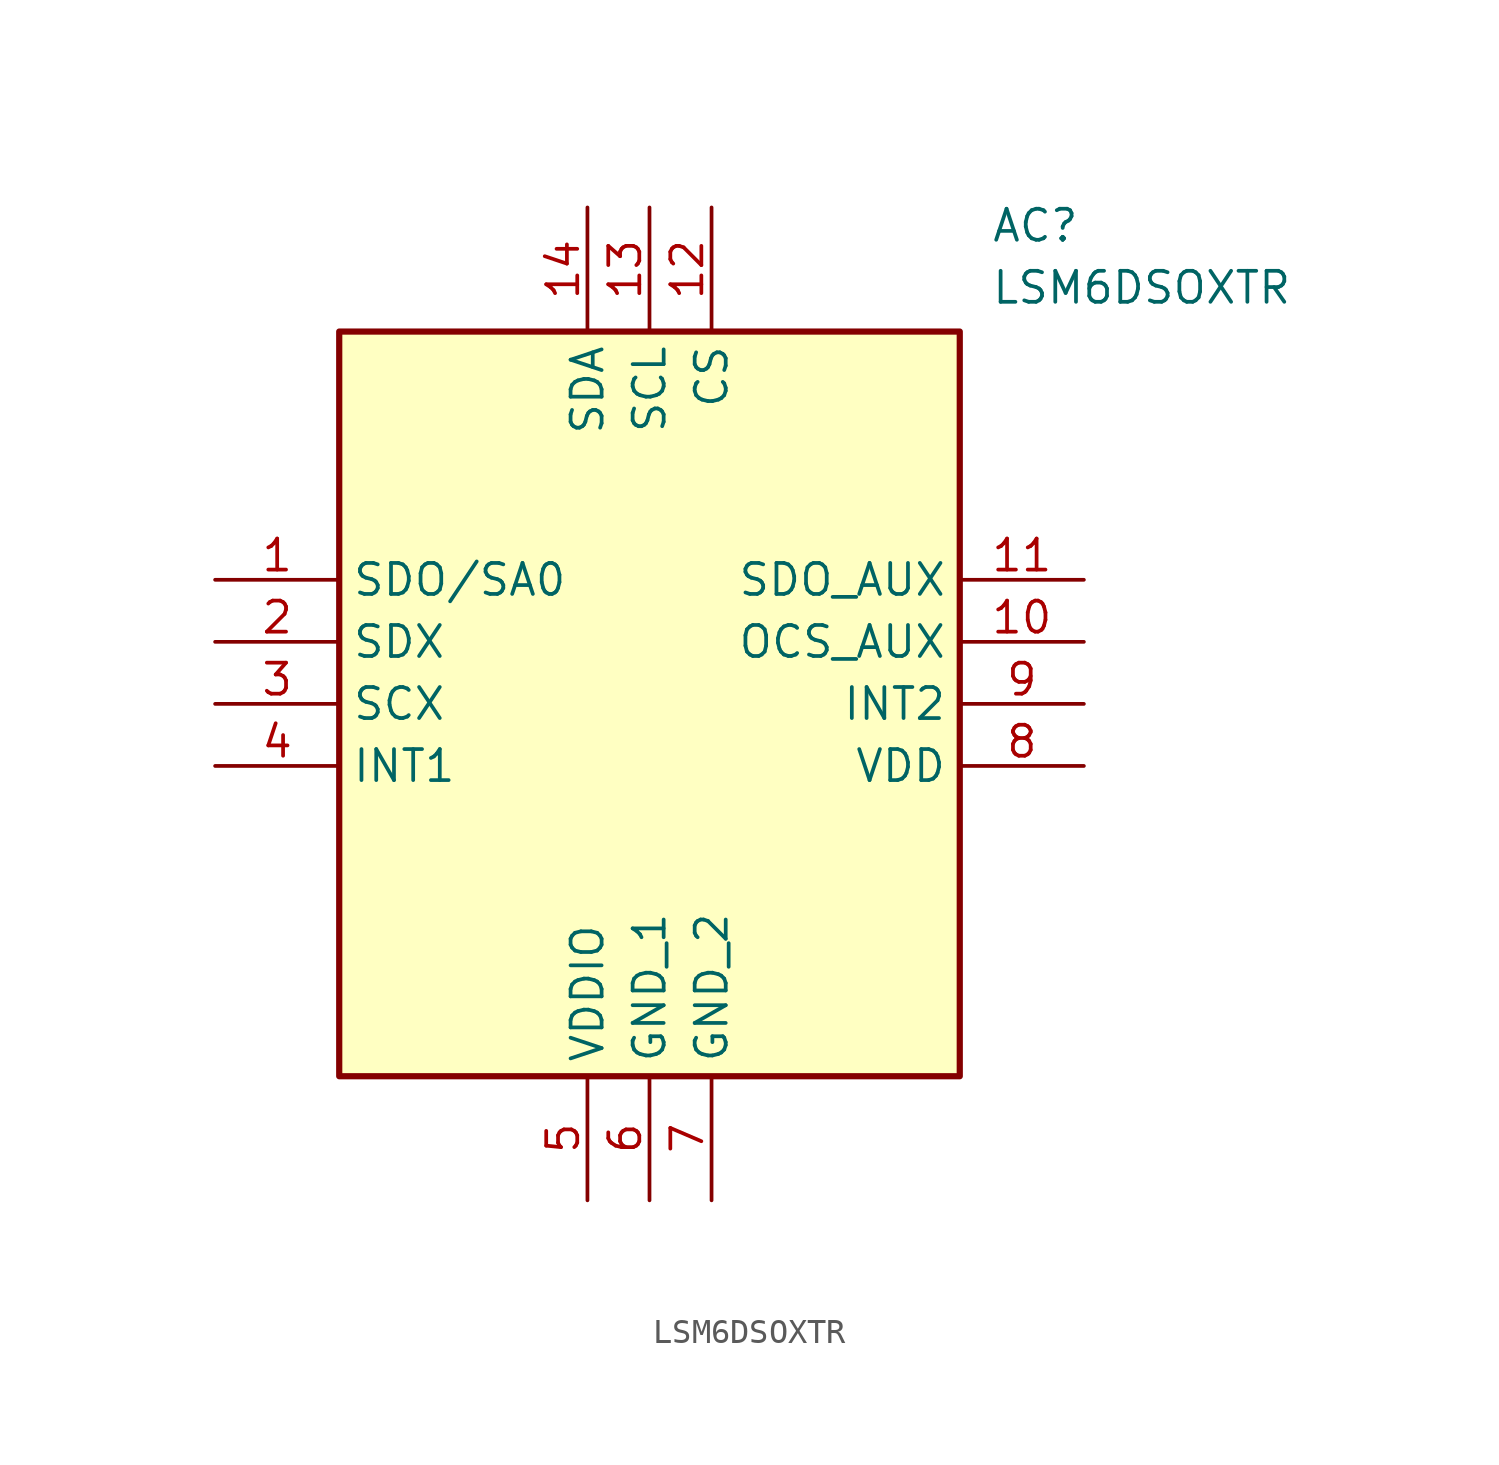
<source format=kicad_sym>
(kicad_symbol_lib
  (version 20211014)
  (generator SamacSys_ECAD_Model)
  (symbol "LSM6DSOXTR"
    (property "Reference" "AC"
      (at 31.75 15.24 0)
      (effects (font (size 1.27 1.27)) (justify left top)))
    (property "Value" "LSM6DSOXTR"
      (at 31.75 12.7 0)
      (effects (font (size 1.27 1.27)) (justify left top)))
    (rectangle
      (start 5.08 10.16)
      (end 30.48 -20.32)
      (stroke (width 0.254) (type default))
      (fill (type background)))
    (pin passive line
      (at 0 0 0)
      (length 5.08)
      (name "SDO/SA0" (effects (font (size 1.27 1.27))))
      (number "1" (effects (font (size 1.27 1.27)))))
    (pin passive line
      (at 0 -2.54 0)
      (length 5.08)
      (name "SDX" (effects (font (size 1.27 1.27))))
      (number "2" (effects (font (size 1.27 1.27)))))
    (pin passive line
      (at 0 -5.08 0)
      (length 5.08)
      (name "SCX" (effects (font (size 1.27 1.27))))
      (number "3" (effects (font (size 1.27 1.27)))))
    (pin passive line
      (at 0 -7.62 0)
      (length 5.08)
      (name "INT1" (effects (font (size 1.27 1.27))))
      (number "4" (effects (font (size 1.27 1.27)))))
    (pin passive line
      (at 15.24 -25.4 90)
      (length 5.08)
      (name "VDDIO" (effects (font (size 1.27 1.27))))
      (number "5" (effects (font (size 1.27 1.27)))))
    (pin passive line
      (at 17.78 -25.4 90)
      (length 5.08)
      (name "GND_1" (effects (font (size 1.27 1.27))))
      (number "6" (effects (font (size 1.27 1.27)))))
    (pin passive line
      (at 20.32 -25.4 90)
      (length 5.08)
      (name "GND_2" (effects (font (size 1.27 1.27))))
      (number "7" (effects (font (size 1.27 1.27)))))
    (pin passive line
      (at 35.56 -7.62 180)
      (length 5.08)
      (name "VDD" (effects (font (size 1.27 1.27))))
      (number "8" (effects (font (size 1.27 1.27)))))
    (pin passive line
      (at 35.56 -5.08 180)
      (length 5.08)
      (name "INT2" (effects (font (size 1.27 1.27))))
      (number "9" (effects (font (size 1.27 1.27)))))
    (pin passive line
      (at 35.56 -2.54 180)
      (length 5.08)
      (name "OCS_AUX" (effects (font (size 1.27 1.27))))
      (number "10" (effects (font (size 1.27 1.27)))))
    (pin passive line
      (at 35.56 0 180)
      (length 5.08)
      (name "SDO_AUX" (effects (font (size 1.27 1.27))))
      (number "11" (effects (font (size 1.27 1.27)))))
    (pin passive line
      (at 20.32 15.24 270)
      (length 5.08)
      (name "CS" (effects (font (size 1.27 1.27))))
      (number "12" (effects (font (size 1.27 1.27)))))
    (pin passive line
      (at 17.78 15.24 270)
      (length 5.08)
      (name "SCL" (effects (font (size 1.27 1.27))))
      (number "13" (effects (font (size 1.27 1.27)))))
    (pin passive line
      (at 15.24 15.24 270)
      (length 5.08)
      (name "SDA" (effects (font (size 1.27 1.27))))
      (number "14" (effects (font (size 1.27 1.27)))))))
</source>
